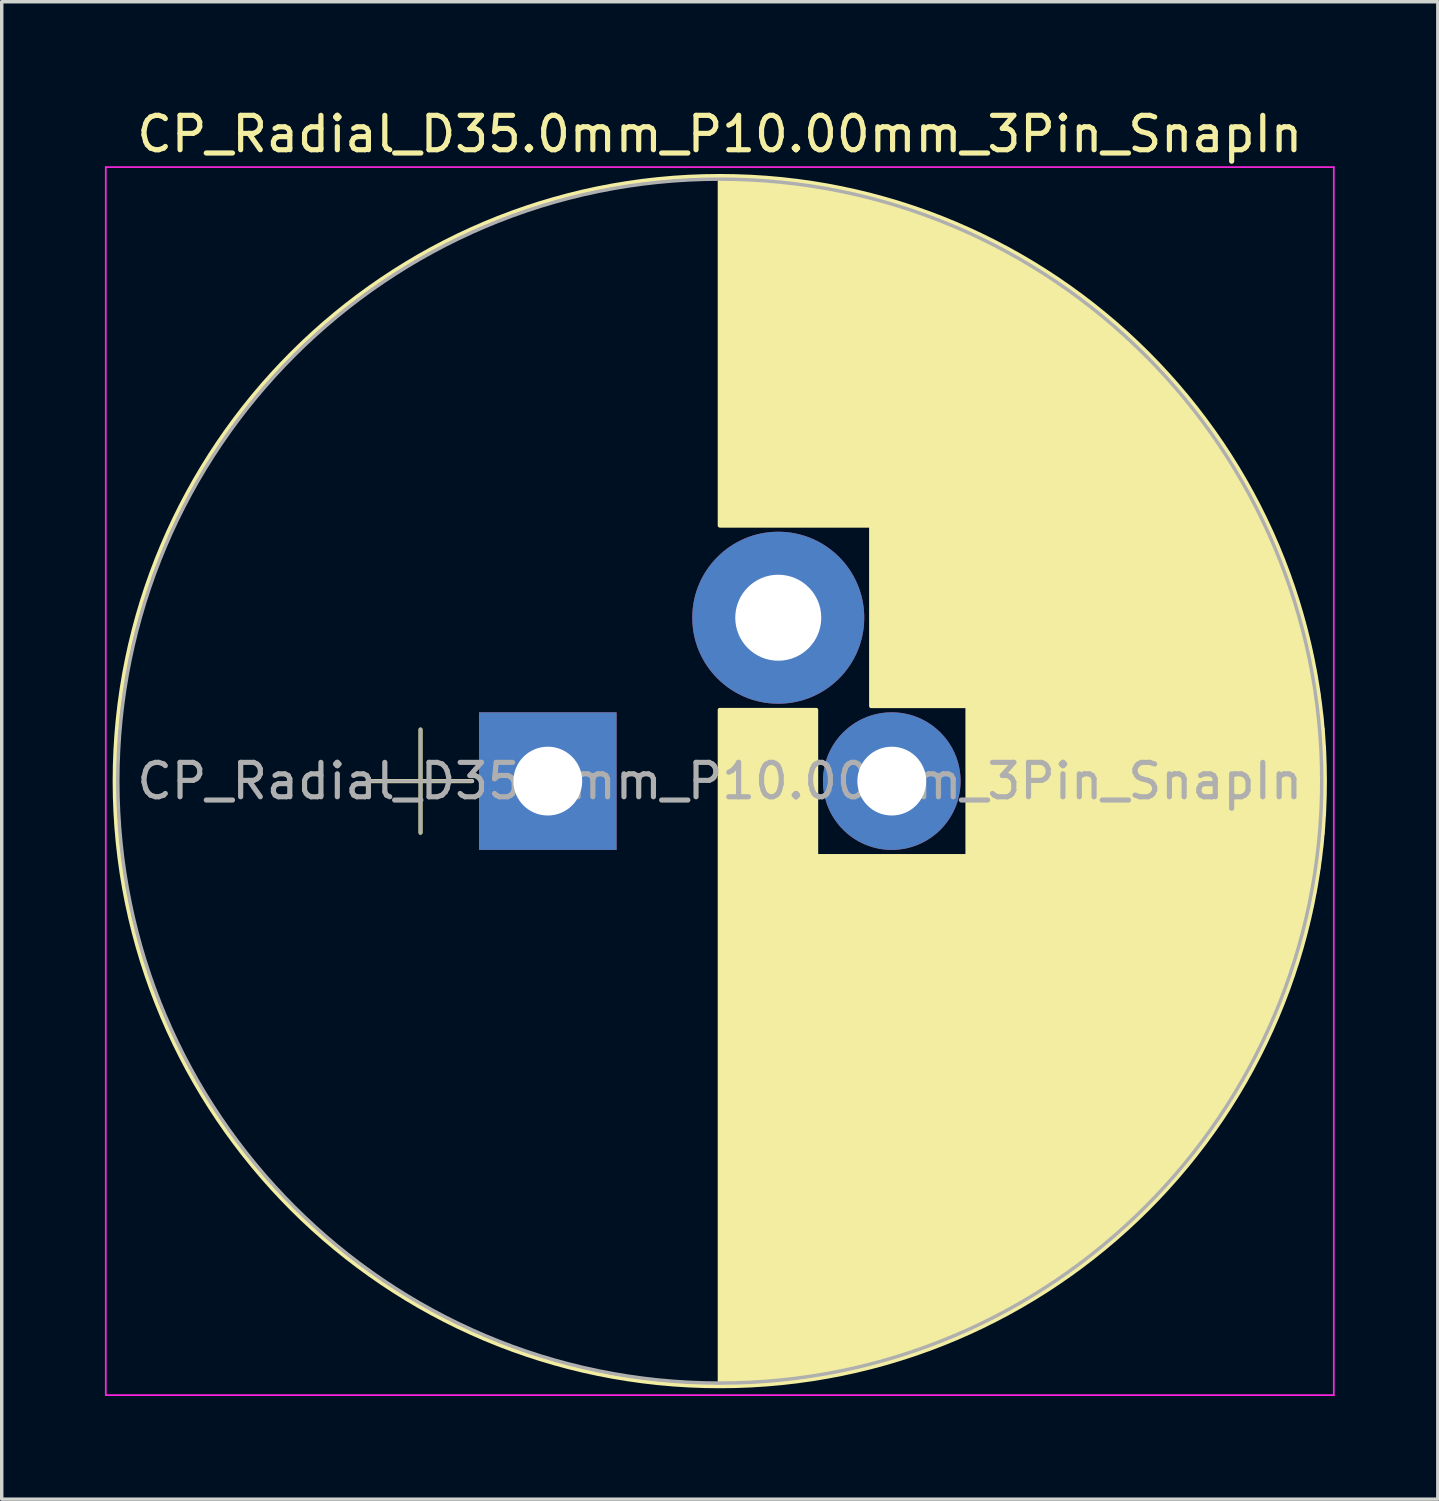
<source format=kicad_pcb>
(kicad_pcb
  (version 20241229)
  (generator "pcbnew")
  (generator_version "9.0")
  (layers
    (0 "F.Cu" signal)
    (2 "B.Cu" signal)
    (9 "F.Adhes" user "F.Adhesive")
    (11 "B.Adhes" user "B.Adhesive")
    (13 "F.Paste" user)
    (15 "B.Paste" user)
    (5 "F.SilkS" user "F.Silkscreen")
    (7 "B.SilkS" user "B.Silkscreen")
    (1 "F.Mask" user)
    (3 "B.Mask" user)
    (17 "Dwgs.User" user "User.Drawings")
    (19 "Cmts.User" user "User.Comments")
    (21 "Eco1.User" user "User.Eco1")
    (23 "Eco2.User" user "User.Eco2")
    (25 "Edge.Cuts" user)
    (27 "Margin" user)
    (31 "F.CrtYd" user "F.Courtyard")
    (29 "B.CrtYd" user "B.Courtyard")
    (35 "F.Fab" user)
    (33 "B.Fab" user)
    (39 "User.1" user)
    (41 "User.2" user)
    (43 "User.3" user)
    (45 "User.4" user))
  (footprint "CP_Radial_D35.0mm_P10.00mm_3Pin_SnapIn"
    (layer "F.Cu")
    (at 12.875 19.658)
    (property "Reference" "CP_Radial_D35.0mm_P10.00mm_3Pin_SnapIn" (at 5 -18.81 0) (layer "F.SilkS") (effects (font (size 1 1) (thickness 0.15))))
    (attr through_hole)
    (fp_line (start -5.2 0) (end -2.2 0) (stroke (width 0.12) (type solid)) (layer "F.SilkS"))
    (fp_line (start -3.7 -1.5) (end -3.7 1.5) (stroke (width 0.12) (type solid)) (layer "F.SilkS"))
    (fp_line (start 5 -17.55) (end 5 -7.43) (stroke (width 0.12) (type solid)) (layer "F.SilkS"))
    (fp_line (start 5 -2.07) (end 5 17.55) (stroke (width 0.12) (type solid)) (layer "F.SilkS"))
    (fp_line (start 5.04 -17.55) (end 5.04 -7.43) (stroke (width 0.12) (type solid)) (layer "F.SilkS"))
    (fp_line (start 5.04 -2.07) (end 5.04 17.55) (stroke (width 0.12) (type solid)) (layer "F.SilkS"))
    (fp_line (start 5.08 -17.55) (end 5.08 -7.43) (stroke (width 0.12) (type solid)) (layer "F.SilkS"))
    (fp_line (start 5.08 -2.07) (end 5.08 17.55) (stroke (width 0.12) (type solid)) (layer "F.SilkS"))
    (fp_line (start 5.12 -17.55) (end 5.12 -7.43) (stroke (width 0.12) (type solid)) (layer "F.SilkS"))
    (fp_line (start 5.12 -2.07) (end 5.12 17.55) (stroke (width 0.12) (type solid)) (layer "F.SilkS"))
    (fp_line (start 5.16 -17.55) (end 5.16 -7.43) (stroke (width 0.12) (type solid)) (layer "F.SilkS"))
    (fp_line (start 5.16 -2.07) (end 5.16 17.55) (stroke (width 0.12) (type solid)) (layer "F.SilkS"))
    (fp_line (start 5.2 -17.549) (end 5.2 -7.43) (stroke (width 0.12) (type solid)) (layer "F.SilkS"))
    (fp_line (start 5.2 -2.07) (end 5.2 17.549) (stroke (width 0.12) (type solid)) (layer "F.SilkS"))
    (fp_line (start 5.24 -17.549) (end 5.24 -7.43) (stroke (width 0.12) (type solid)) (layer "F.SilkS"))
    (fp_line (start 5.24 -2.07) (end 5.24 17.549) (stroke (width 0.12) (type solid)) (layer "F.SilkS"))
    (fp_line (start 5.28 -17.548) (end 5.28 -7.43) (stroke (width 0.12) (type solid)) (layer "F.SilkS"))
    (fp_line (start 5.28 -2.07) (end 5.28 17.548) (stroke (width 0.12) (type solid)) (layer "F.SilkS"))
    (fp_line (start 5.32 -17.548) (end 5.32 -7.43) (stroke (width 0.12) (type solid)) (layer "F.SilkS"))
    (fp_line (start 5.32 -2.07) (end 5.32 17.548) (stroke (width 0.12) (type solid)) (layer "F.SilkS"))
    (fp_line (start 5.36 -17.547) (end 5.36 -7.43) (stroke (width 0.12) (type solid)) (layer "F.SilkS"))
    (fp_line (start 5.36 -2.07) (end 5.36 17.547) (stroke (width 0.12) (type solid)) (layer "F.SilkS"))
    (fp_line (start 5.4 -17.546) (end 5.4 -7.43) (stroke (width 0.12) (type solid)) (layer "F.SilkS"))
    (fp_line (start 5.4 -2.07) (end 5.4 17.546) (stroke (width 0.12) (type solid)) (layer "F.SilkS"))
    (fp_line (start 5.44 -17.545) (end 5.44 -7.43) (stroke (width 0.12) (type solid)) (layer "F.SilkS"))
    (fp_line (start 5.44 -2.07) (end 5.44 17.545) (stroke (width 0.12) (type solid)) (layer "F.SilkS"))
    (fp_line (start 5.48 -17.544) (end 5.48 -7.43) (stroke (width 0.12) (type solid)) (layer "F.SilkS"))
    (fp_line (start 5.48 -2.07) (end 5.48 17.544) (stroke (width 0.12) (type solid)) (layer "F.SilkS"))
    (fp_line (start 5.52 -17.543) (end 5.52 -7.43) (stroke (width 0.12) (type solid)) (layer "F.SilkS"))
    (fp_line (start 5.52 -2.07) (end 5.52 17.543) (stroke (width 0.12) (type solid)) (layer "F.SilkS"))
    (fp_line (start 5.56 -17.542) (end 5.56 -7.43) (stroke (width 0.12) (type solid)) (layer "F.SilkS"))
    (fp_line (start 5.56 -2.07) (end 5.56 17.542) (stroke (width 0.12) (type solid)) (layer "F.SilkS"))
    (fp_line (start 5.6 -17.54) (end 5.6 -7.43) (stroke (width 0.12) (type solid)) (layer "F.SilkS"))
    (fp_line (start 5.6 -2.07) (end 5.6 17.54) (stroke (width 0.12) (type solid)) (layer "F.SilkS"))
    (fp_line (start 5.64 -17.539) (end 5.64 -7.43) (stroke (width 0.12) (type solid)) (layer "F.SilkS"))
    (fp_line (start 5.64 -2.07) (end 5.64 17.539) (stroke (width 0.12) (type solid)) (layer "F.SilkS"))
    (fp_line (start 5.68 -17.537) (end 5.68 -7.43) (stroke (width 0.12) (type solid)) (layer "F.SilkS"))
    (fp_line (start 5.68 -2.07) (end 5.68 17.537) (stroke (width 0.12) (type solid)) (layer "F.SilkS"))
    (fp_line (start 5.721 -17.536) (end 5.721 -7.43) (stroke (width 0.12) (type solid)) (layer "F.SilkS"))
    (fp_line (start 5.721 -2.07) (end 5.721 17.536) (stroke (width 0.12) (type solid)) (layer "F.SilkS"))
    (fp_line (start 5.761 -17.534) (end 5.761 -7.43) (stroke (width 0.12) (type solid)) (layer "F.SilkS"))
    (fp_line (start 5.761 -2.07) (end 5.761 17.534) (stroke (width 0.12) (type solid)) (layer "F.SilkS"))
    (fp_line (start 5.801 -17.532) (end 5.801 -7.43) (stroke (width 0.12) (type solid)) (layer "F.SilkS"))
    (fp_line (start 5.801 -2.07) (end 5.801 17.532) (stroke (width 0.12) (type solid)) (layer "F.SilkS"))
    (fp_line (start 5.841 -17.53) (end 5.841 -7.43) (stroke (width 0.12) (type solid)) (layer "F.SilkS"))
    (fp_line (start 5.841 -2.07) (end 5.841 17.53) (stroke (width 0.12) (type solid)) (layer "F.SilkS"))
    (fp_line (start 5.881 -17.528) (end 5.881 -7.43) (stroke (width 0.12) (type solid)) (layer "F.SilkS"))
    (fp_line (start 5.881 -2.07) (end 5.881 17.528) (stroke (width 0.12) (type solid)) (layer "F.SilkS"))
    (fp_line (start 5.921 -17.526) (end 5.921 -7.43) (stroke (width 0.12) (type solid)) (layer "F.SilkS"))
    (fp_line (start 5.921 -2.07) (end 5.921 17.526) (stroke (width 0.12) (type solid)) (layer "F.SilkS"))
    (fp_line (start 5.961 -17.524) (end 5.961 -7.43) (stroke (width 0.12) (type solid)) (layer "F.SilkS"))
    (fp_line (start 5.961 -2.07) (end 5.961 17.524) (stroke (width 0.12) (type solid)) (layer "F.SilkS"))
    (fp_line (start 6.001 -17.522) (end 6.001 -7.43) (stroke (width 0.12) (type solid)) (layer "F.SilkS"))
    (fp_line (start 6.001 -2.07) (end 6.001 17.522) (stroke (width 0.12) (type solid)) (layer "F.SilkS"))
    (fp_line (start 6.041 -17.52) (end 6.041 -7.43) (stroke (width 0.12) (type solid)) (layer "F.SilkS"))
    (fp_line (start 6.041 -2.07) (end 6.041 17.52) (stroke (width 0.12) (type solid)) (layer "F.SilkS"))
    (fp_line (start 6.081 -17.517) (end 6.081 -7.43) (stroke (width 0.12) (type solid)) (layer "F.SilkS"))
    (fp_line (start 6.081 -2.07) (end 6.081 17.517) (stroke (width 0.12) (type solid)) (layer "F.SilkS"))
    (fp_line (start 6.121 -17.515) (end 6.121 -7.43) (stroke (width 0.12) (type solid)) (layer "F.SilkS"))
    (fp_line (start 6.121 -2.07) (end 6.121 17.515) (stroke (width 0.12) (type solid)) (layer "F.SilkS"))
    (fp_line (start 6.161 -17.512) (end 6.161 -7.43) (stroke (width 0.12) (type solid)) (layer "F.SilkS"))
    (fp_line (start 6.161 -2.07) (end 6.161 17.512) (stroke (width 0.12) (type solid)) (layer "F.SilkS"))
    (fp_line (start 6.201 -17.51) (end 6.201 -7.43) (stroke (width 0.12) (type solid)) (layer "F.SilkS"))
    (fp_line (start 6.201 -2.07) (end 6.201 17.51) (stroke (width 0.12) (type solid)) (layer "F.SilkS"))
    (fp_line (start 6.241 -17.507) (end 6.241 -7.43) (stroke (width 0.12) (type solid)) (layer "F.SilkS"))
    (fp_line (start 6.241 -2.07) (end 6.241 17.507) (stroke (width 0.12) (type solid)) (layer "F.SilkS"))
    (fp_line (start 6.281 -17.504) (end 6.281 -7.43) (stroke (width 0.12) (type solid)) (layer "F.SilkS"))
    (fp_line (start 6.281 -2.07) (end 6.281 17.504) (stroke (width 0.12) (type solid)) (layer "F.SilkS"))
    (fp_line (start 6.321 -17.501) (end 6.321 -7.43) (stroke (width 0.12) (type solid)) (layer "F.SilkS"))
    (fp_line (start 6.321 -2.07) (end 6.321 17.501) (stroke (width 0.12) (type solid)) (layer "F.SilkS"))
    (fp_line (start 6.361 -17.498) (end 6.361 -7.43) (stroke (width 0.12) (type solid)) (layer "F.SilkS"))
    (fp_line (start 6.361 -2.07) (end 6.361 17.498) (stroke (width 0.12) (type solid)) (layer "F.SilkS"))
    (fp_line (start 6.401 -17.495) (end 6.401 -7.43) (stroke (width 0.12) (type solid)) (layer "F.SilkS"))
    (fp_line (start 6.401 -2.07) (end 6.401 17.495) (stroke (width 0.12) (type solid)) (layer "F.SilkS"))
    (fp_line (start 6.441 -17.491) (end 6.441 -7.43) (stroke (width 0.12) (type solid)) (layer "F.SilkS"))
    (fp_line (start 6.441 -2.07) (end 6.441 17.491) (stroke (width 0.12) (type solid)) (layer "F.SilkS"))
    (fp_line (start 6.481 -17.488) (end 6.481 -7.43) (stroke (width 0.12) (type solid)) (layer "F.SilkS"))
    (fp_line (start 6.481 -2.07) (end 6.481 17.488) (stroke (width 0.12) (type solid)) (layer "F.SilkS"))
    (fp_line (start 6.521 -17.485) (end 6.521 -7.43) (stroke (width 0.12) (type solid)) (layer "F.SilkS"))
    (fp_line (start 6.521 -2.07) (end 6.521 17.485) (stroke (width 0.12) (type solid)) (layer "F.SilkS"))
    (fp_line (start 6.561 -17.481) (end 6.561 -7.43) (stroke (width 0.12) (type solid)) (layer "F.SilkS"))
    (fp_line (start 6.561 -2.07) (end 6.561 17.481) (stroke (width 0.12) (type solid)) (layer "F.SilkS"))
    (fp_line (start 6.601 -17.478) (end 6.601 -7.43) (stroke (width 0.12) (type solid)) (layer "F.SilkS"))
    (fp_line (start 6.601 -2.07) (end 6.601 17.478) (stroke (width 0.12) (type solid)) (layer "F.SilkS"))
    (fp_line (start 6.641 -17.474) (end 6.641 -7.43) (stroke (width 0.12) (type solid)) (layer "F.SilkS"))
    (fp_line (start 6.641 -2.07) (end 6.641 17.474) (stroke (width 0.12) (type solid)) (layer "F.SilkS"))
    (fp_line (start 6.681 -17.47) (end 6.681 -7.43) (stroke (width 0.12) (type solid)) (layer "F.SilkS"))
    (fp_line (start 6.681 -2.07) (end 6.681 17.47) (stroke (width 0.12) (type solid)) (layer "F.SilkS"))
    (fp_line (start 6.721 -17.466) (end 6.721 -7.43) (stroke (width 0.12) (type solid)) (layer "F.SilkS"))
    (fp_line (start 6.721 -2.07) (end 6.721 17.466) (stroke (width 0.12) (type solid)) (layer "F.SilkS"))
    (fp_line (start 6.761 -17.462) (end 6.761 -7.43) (stroke (width 0.12) (type solid)) (layer "F.SilkS"))
    (fp_line (start 6.761 -2.07) (end 6.761 17.462) (stroke (width 0.12) (type solid)) (layer "F.SilkS"))
    (fp_line (start 6.801 -17.458) (end 6.801 -7.43) (stroke (width 0.12) (type solid)) (layer "F.SilkS"))
    (fp_line (start 6.801 -2.07) (end 6.801 17.458) (stroke (width 0.12) (type solid)) (layer "F.SilkS"))
    (fp_line (start 6.841 -17.454) (end 6.841 -7.43) (stroke (width 0.12) (type solid)) (layer "F.SilkS"))
    (fp_line (start 6.841 -2.07) (end 6.841 17.454) (stroke (width 0.12) (type solid)) (layer "F.SilkS"))
    (fp_line (start 6.881 -17.45) (end 6.881 -7.43) (stroke (width 0.12) (type solid)) (layer "F.SilkS"))
    (fp_line (start 6.881 -2.07) (end 6.881 17.45) (stroke (width 0.12) (type solid)) (layer "F.SilkS"))
    (fp_line (start 6.921 -17.445) (end 6.921 -7.43) (stroke (width 0.12) (type solid)) (layer "F.SilkS"))
    (fp_line (start 6.921 -2.07) (end 6.921 17.445) (stroke (width 0.12) (type solid)) (layer "F.SilkS"))
    (fp_line (start 6.961 -17.441) (end 6.961 -7.43) (stroke (width 0.12) (type solid)) (layer "F.SilkS"))
    (fp_line (start 6.961 -2.07) (end 6.961 17.441) (stroke (width 0.12) (type solid)) (layer "F.SilkS"))
    (fp_line (start 7.001 -17.436) (end 7.001 -7.43) (stroke (width 0.12) (type solid)) (layer "F.SilkS"))
    (fp_line (start 7.001 -2.07) (end 7.001 17.436) (stroke (width 0.12) (type solid)) (layer "F.SilkS"))
    (fp_line (start 7.041 -17.432) (end 7.041 -7.43) (stroke (width 0.12) (type solid)) (layer "F.SilkS"))
    (fp_line (start 7.041 -2.07) (end 7.041 17.432) (stroke (width 0.12) (type solid)) (layer "F.SilkS"))
    (fp_line (start 7.081 -17.427) (end 7.081 -7.43) (stroke (width 0.12) (type solid)) (layer "F.SilkS"))
    (fp_line (start 7.081 -2.07) (end 7.081 17.427) (stroke (width 0.12) (type solid)) (layer "F.SilkS"))
    (fp_line (start 7.121 -17.422) (end 7.121 -7.43) (stroke (width 0.12) (type solid)) (layer "F.SilkS"))
    (fp_line (start 7.121 -2.07) (end 7.121 17.422) (stroke (width 0.12) (type solid)) (layer "F.SilkS"))
    (fp_line (start 7.161 -17.417) (end 7.161 -7.43) (stroke (width 0.12) (type solid)) (layer "F.SilkS"))
    (fp_line (start 7.161 -2.07) (end 7.161 17.417) (stroke (width 0.12) (type solid)) (layer "F.SilkS"))
    (fp_line (start 7.201 -17.412) (end 7.201 -7.43) (stroke (width 0.12) (type solid)) (layer "F.SilkS"))
    (fp_line (start 7.201 -2.07) (end 7.201 17.412) (stroke (width 0.12) (type solid)) (layer "F.SilkS"))
    (fp_line (start 7.241 -17.407) (end 7.241 -7.43) (stroke (width 0.12) (type solid)) (layer "F.SilkS"))
    (fp_line (start 7.241 -2.07) (end 7.241 17.407) (stroke (width 0.12) (type solid)) (layer "F.SilkS"))
    (fp_line (start 7.281 -17.402) (end 7.281 -7.43) (stroke (width 0.12) (type solid)) (layer "F.SilkS"))
    (fp_line (start 7.281 -2.07) (end 7.281 17.402) (stroke (width 0.12) (type solid)) (layer "F.SilkS"))
    (fp_line (start 7.321 -17.397) (end 7.321 -7.43) (stroke (width 0.12) (type solid)) (layer "F.SilkS"))
    (fp_line (start 7.321 -2.07) (end 7.321 17.397) (stroke (width 0.12) (type solid)) (layer "F.SilkS"))
    (fp_line (start 7.361 -17.391) (end 7.361 -7.43) (stroke (width 0.12) (type solid)) (layer "F.SilkS"))
    (fp_line (start 7.361 -2.07) (end 7.361 17.391) (stroke (width 0.12) (type solid)) (layer "F.SilkS"))
    (fp_line (start 7.401 -17.386) (end 7.401 -7.43) (stroke (width 0.12) (type solid)) (layer "F.SilkS"))
    (fp_line (start 7.401 -2.07) (end 7.401 17.386) (stroke (width 0.12) (type solid)) (layer "F.SilkS"))
    (fp_line (start 7.441 -17.38) (end 7.441 -7.43) (stroke (width 0.12) (type solid)) (layer "F.SilkS"))
    (fp_line (start 7.441 -2.07) (end 7.441 17.38) (stroke (width 0.12) (type solid)) (layer "F.SilkS"))
    (fp_line (start 7.481 -17.375) (end 7.481 -7.43) (stroke (width 0.12) (type solid)) (layer "F.SilkS"))
    (fp_line (start 7.481 -2.07) (end 7.481 17.375) (stroke (width 0.12) (type solid)) (layer "F.SilkS"))
    (fp_line (start 7.521 -17.369) (end 7.521 -7.43) (stroke (width 0.12) (type solid)) (layer "F.SilkS"))
    (fp_line (start 7.521 -2.07) (end 7.521 17.369) (stroke (width 0.12) (type solid)) (layer "F.SilkS"))
    (fp_line (start 7.561 -17.363) (end 7.561 -7.43) (stroke (width 0.12) (type solid)) (layer "F.SilkS"))
    (fp_line (start 7.561 -2.07) (end 7.561 17.363) (stroke (width 0.12) (type solid)) (layer "F.SilkS"))
    (fp_line (start 7.601 -17.357) (end 7.601 -7.43) (stroke (width 0.12) (type solid)) (layer "F.SilkS"))
    (fp_line (start 7.601 -2.07) (end 7.601 17.357) (stroke (width 0.12) (type solid)) (layer "F.SilkS"))
    (fp_line (start 7.641 -17.351) (end 7.641 -7.43) (stroke (width 0.12) (type solid)) (layer "F.SilkS"))
    (fp_line (start 7.641 -2.07) (end 7.641 17.351) (stroke (width 0.12) (type solid)) (layer "F.SilkS"))
    (fp_line (start 7.681 -17.345) (end 7.681 -7.43) (stroke (width 0.12) (type solid)) (layer "F.SilkS"))
    (fp_line (start 7.681 -2.07) (end 7.681 17.345) (stroke (width 0.12) (type solid)) (layer "F.SilkS"))
    (fp_line (start 7.721 -17.339) (end 7.721 -7.43) (stroke (width 0.12) (type solid)) (layer "F.SilkS"))
    (fp_line (start 7.721 -2.07) (end 7.721 17.339) (stroke (width 0.12) (type solid)) (layer "F.SilkS"))
    (fp_line (start 7.761 -17.333) (end 7.761 -7.43) (stroke (width 0.12) (type solid)) (layer "F.SilkS"))
    (fp_line (start 7.761 -2.07) (end 7.761 17.333) (stroke (width 0.12) (type solid)) (layer "F.SilkS"))
    (fp_line (start 7.801 -17.326) (end 7.801 -7.43) (stroke (width 0.12) (type solid)) (layer "F.SilkS"))
    (fp_line (start 7.801 -2.07) (end 7.801 17.326) (stroke (width 0.12) (type solid)) (layer "F.SilkS"))
    (fp_line (start 7.841 -17.32) (end 7.841 -7.43) (stroke (width 0.12) (type solid)) (layer "F.SilkS"))
    (fp_line (start 7.841 2.18) (end 7.841 17.32) (stroke (width 0.12) (type solid)) (layer "F.SilkS"))
    (fp_line (start 7.881 -17.313) (end 7.881 -7.43) (stroke (width 0.12) (type solid)) (layer "F.SilkS"))
    (fp_line (start 7.881 2.18) (end 7.881 17.313) (stroke (width 0.12) (type solid)) (layer "F.SilkS"))
    (fp_line (start 7.921 -17.306) (end 7.921 -7.43) (stroke (width 0.12) (type solid)) (layer "F.SilkS"))
    (fp_line (start 7.921 2.18) (end 7.921 17.306) (stroke (width 0.12) (type solid)) (layer "F.SilkS"))
    (fp_line (start 7.961 -17.3) (end 7.961 -7.43) (stroke (width 0.12) (type solid)) (layer "F.SilkS"))
    (fp_line (start 7.961 2.18) (end 7.961 17.3) (stroke (width 0.12) (type solid)) (layer "F.SilkS"))
    (fp_line (start 8.001 -17.293) (end 8.001 -7.43) (stroke (width 0.12) (type solid)) (layer "F.SilkS"))
    (fp_line (start 8.001 2.18) (end 8.001 17.293) (stroke (width 0.12) (type solid)) (layer "F.SilkS"))
    (fp_line (start 8.041 -17.286) (end 8.041 -7.43) (stroke (width 0.12) (type solid)) (layer "F.SilkS"))
    (fp_line (start 8.041 2.18) (end 8.041 17.286) (stroke (width 0.12) (type solid)) (layer "F.SilkS"))
    (fp_line (start 8.081 -17.279) (end 8.081 -7.43) (stroke (width 0.12) (type solid)) (layer "F.SilkS"))
    (fp_line (start 8.081 2.18) (end 8.081 17.279) (stroke (width 0.12) (type solid)) (layer "F.SilkS"))
    (fp_line (start 8.121 -17.272) (end 8.121 -7.43) (stroke (width 0.12) (type solid)) (layer "F.SilkS"))
    (fp_line (start 8.121 2.18) (end 8.121 17.272) (stroke (width 0.12) (type solid)) (layer "F.SilkS"))
    (fp_line (start 8.161 -17.264) (end 8.161 -7.43) (stroke (width 0.12) (type solid)) (layer "F.SilkS"))
    (fp_line (start 8.161 2.18) (end 8.161 17.264) (stroke (width 0.12) (type solid)) (layer "F.SilkS"))
    (fp_line (start 8.201 -17.257) (end 8.201 -7.43) (stroke (width 0.12) (type solid)) (layer "F.SilkS"))
    (fp_line (start 8.201 2.18) (end 8.201 17.257) (stroke (width 0.12) (type solid)) (layer "F.SilkS"))
    (fp_line (start 8.241 -17.25) (end 8.241 -7.43) (stroke (width 0.12) (type solid)) (layer "F.SilkS"))
    (fp_line (start 8.241 2.18) (end 8.241 17.25) (stroke (width 0.12) (type solid)) (layer "F.SilkS"))
    (fp_line (start 8.281 -17.242) (end 8.281 -7.43) (stroke (width 0.12) (type solid)) (layer "F.SilkS"))
    (fp_line (start 8.281 2.18) (end 8.281 17.242) (stroke (width 0.12) (type solid)) (layer "F.SilkS"))
    (fp_line (start 8.321 -17.234) (end 8.321 -7.43) (stroke (width 0.12) (type solid)) (layer "F.SilkS"))
    (fp_line (start 8.321 2.18) (end 8.321 17.234) (stroke (width 0.12) (type solid)) (layer "F.SilkS"))
    (fp_line (start 8.361 -17.227) (end 8.361 -7.43) (stroke (width 0.12) (type solid)) (layer "F.SilkS"))
    (fp_line (start 8.361 2.18) (end 8.361 17.227) (stroke (width 0.12) (type solid)) (layer "F.SilkS"))
    (fp_line (start 8.401 -17.219) (end 8.401 -7.43) (stroke (width 0.12) (type solid)) (layer "F.SilkS"))
    (fp_line (start 8.401 2.18) (end 8.401 17.219) (stroke (width 0.12) (type solid)) (layer "F.SilkS"))
    (fp_line (start 8.441 -17.211) (end 8.441 -7.43) (stroke (width 0.12) (type solid)) (layer "F.SilkS"))
    (fp_line (start 8.441 2.18) (end 8.441 17.211) (stroke (width 0.12) (type solid)) (layer "F.SilkS"))
    (fp_line (start 8.481 -17.203) (end 8.481 -7.43) (stroke (width 0.12) (type solid)) (layer "F.SilkS"))
    (fp_line (start 8.481 2.18) (end 8.481 17.203) (stroke (width 0.12) (type solid)) (layer "F.SilkS"))
    (fp_line (start 8.521 -17.195) (end 8.521 -7.43) (stroke (width 0.12) (type solid)) (layer "F.SilkS"))
    (fp_line (start 8.521 2.18) (end 8.521 17.195) (stroke (width 0.12) (type solid)) (layer "F.SilkS"))
    (fp_line (start 8.561 -17.186) (end 8.561 -7.43) (stroke (width 0.12) (type solid)) (layer "F.SilkS"))
    (fp_line (start 8.561 2.18) (end 8.561 17.186) (stroke (width 0.12) (type solid)) (layer "F.SilkS"))
    (fp_line (start 8.601 -17.178) (end 8.601 -7.43) (stroke (width 0.12) (type solid)) (layer "F.SilkS"))
    (fp_line (start 8.601 2.18) (end 8.601 17.178) (stroke (width 0.12) (type solid)) (layer "F.SilkS"))
    (fp_line (start 8.641 -17.17) (end 8.641 -7.43) (stroke (width 0.12) (type solid)) (layer "F.SilkS"))
    (fp_line (start 8.641 2.18) (end 8.641 17.17) (stroke (width 0.12) (type solid)) (layer "F.SilkS"))
    (fp_line (start 8.681 -17.161) (end 8.681 -7.43) (stroke (width 0.12) (type solid)) (layer "F.SilkS"))
    (fp_line (start 8.681 2.18) (end 8.681 17.161) (stroke (width 0.12) (type solid)) (layer "F.SilkS"))
    (fp_line (start 8.721 -17.153) (end 8.721 -7.43) (stroke (width 0.12) (type solid)) (layer "F.SilkS"))
    (fp_line (start 8.721 2.18) (end 8.721 17.153) (stroke (width 0.12) (type solid)) (layer "F.SilkS"))
    (fp_line (start 8.761 -17.144) (end 8.761 -7.43) (stroke (width 0.12) (type solid)) (layer "F.SilkS"))
    (fp_line (start 8.761 2.18) (end 8.761 17.144) (stroke (width 0.12) (type solid)) (layer "F.SilkS"))
    (fp_line (start 8.801 -17.135) (end 8.801 -7.43) (stroke (width 0.12) (type solid)) (layer "F.SilkS"))
    (fp_line (start 8.801 2.18) (end 8.801 17.135) (stroke (width 0.12) (type solid)) (layer "F.SilkS"))
    (fp_line (start 8.841 -17.126) (end 8.841 -7.43) (stroke (width 0.12) (type solid)) (layer "F.SilkS"))
    (fp_line (start 8.841 2.18) (end 8.841 17.126) (stroke (width 0.12) (type solid)) (layer "F.SilkS"))
    (fp_line (start 8.881 -17.117) (end 8.881 -7.43) (stroke (width 0.12) (type solid)) (layer "F.SilkS"))
    (fp_line (start 8.881 2.18) (end 8.881 17.117) (stroke (width 0.12) (type solid)) (layer "F.SilkS"))
    (fp_line (start 8.921 -17.108) (end 8.921 -7.43) (stroke (width 0.12) (type solid)) (layer "F.SilkS"))
    (fp_line (start 8.921 2.18) (end 8.921 17.108) (stroke (width 0.12) (type solid)) (layer "F.SilkS"))
    (fp_line (start 8.961 -17.099) (end 8.961 -7.43) (stroke (width 0.12) (type solid)) (layer "F.SilkS"))
    (fp_line (start 8.961 2.18) (end 8.961 17.099) (stroke (width 0.12) (type solid)) (layer "F.SilkS"))
    (fp_line (start 9.001 -17.09) (end 9.001 -7.43) (stroke (width 0.12) (type solid)) (layer "F.SilkS"))
    (fp_line (start 9.001 2.18) (end 9.001 17.09) (stroke (width 0.12) (type solid)) (layer "F.SilkS"))
    (fp_line (start 9.041 -17.08) (end 9.041 -7.43) (stroke (width 0.12) (type solid)) (layer "F.SilkS"))
    (fp_line (start 9.041 2.18) (end 9.041 17.08) (stroke (width 0.12) (type solid)) (layer "F.SilkS"))
    (fp_line (start 9.081 -17.071) (end 9.081 -7.43) (stroke (width 0.12) (type solid)) (layer "F.SilkS"))
    (fp_line (start 9.081 2.18) (end 9.081 17.071) (stroke (width 0.12) (type solid)) (layer "F.SilkS"))
    (fp_line (start 9.121 -17.061) (end 9.121 -7.43) (stroke (width 0.12) (type solid)) (layer "F.SilkS"))
    (fp_line (start 9.121 2.18) (end 9.121 17.061) (stroke (width 0.12) (type solid)) (layer "F.SilkS"))
    (fp_line (start 9.161 -17.052) (end 9.161 -7.43) (stroke (width 0.12) (type solid)) (layer "F.SilkS"))
    (fp_line (start 9.161 2.18) (end 9.161 17.052) (stroke (width 0.12) (type solid)) (layer "F.SilkS"))
    (fp_line (start 9.201 -17.042) (end 9.201 -7.43) (stroke (width 0.12) (type solid)) (layer "F.SilkS"))
    (fp_line (start 9.201 2.18) (end 9.201 17.042) (stroke (width 0.12) (type solid)) (layer "F.SilkS"))
    (fp_line (start 9.241 -17.032) (end 9.241 -7.43) (stroke (width 0.12) (type solid)) (layer "F.SilkS"))
    (fp_line (start 9.241 2.18) (end 9.241 17.032) (stroke (width 0.12) (type solid)) (layer "F.SilkS"))
    (fp_line (start 9.281 -17.022) (end 9.281 -7.43) (stroke (width 0.12) (type solid)) (layer "F.SilkS"))
    (fp_line (start 9.281 2.18) (end 9.281 17.022) (stroke (width 0.12) (type solid)) (layer "F.SilkS"))
    (fp_line (start 9.321 -17.012) (end 9.321 -7.43) (stroke (width 0.12) (type solid)) (layer "F.SilkS"))
    (fp_line (start 9.321 2.18) (end 9.321 17.012) (stroke (width 0.12) (type solid)) (layer "F.SilkS"))
    (fp_line (start 9.361 -17.002) (end 9.361 -7.43) (stroke (width 0.12) (type solid)) (layer "F.SilkS"))
    (fp_line (start 9.361 2.18) (end 9.361 17.002) (stroke (width 0.12) (type solid)) (layer "F.SilkS"))
    (fp_line (start 9.401 -16.991) (end 9.401 -2.18) (stroke (width 0.12) (type solid)) (layer "F.SilkS"))
    (fp_line (start 9.401 2.18) (end 9.401 16.991) (stroke (width 0.12) (type solid)) (layer "F.SilkS"))
    (fp_line (start 9.441 -16.981) (end 9.441 -2.18) (stroke (width 0.12) (type solid)) (layer "F.SilkS"))
    (fp_line (start 9.441 2.18) (end 9.441 16.981) (stroke (width 0.12) (type solid)) (layer "F.SilkS"))
    (fp_line (start 9.481 -16.97) (end 9.481 -2.18) (stroke (width 0.12) (type solid)) (layer "F.SilkS"))
    (fp_line (start 9.481 2.18) (end 9.481 16.97) (stroke (width 0.12) (type solid)) (layer "F.SilkS"))
    (fp_line (start 9.521 -16.96) (end 9.521 -2.18) (stroke (width 0.12) (type solid)) (layer "F.SilkS"))
    (fp_line (start 9.521 2.18) (end 9.521 16.96) (stroke (width 0.12) (type solid)) (layer "F.SilkS"))
    (fp_line (start 9.561 -16.949) (end 9.561 -2.18) (stroke (width 0.12) (type solid)) (layer "F.SilkS"))
    (fp_line (start 9.561 2.18) (end 9.561 16.949) (stroke (width 0.12) (type solid)) (layer "F.SilkS"))
    (fp_line (start 9.601 -16.938) (end 9.601 -2.18) (stroke (width 0.12) (type solid)) (layer "F.SilkS"))
    (fp_line (start 9.601 2.18) (end 9.601 16.938) (stroke (width 0.12) (type solid)) (layer "F.SilkS"))
    (fp_line (start 9.641 -16.927) (end 9.641 -2.18) (stroke (width 0.12) (type solid)) (layer "F.SilkS"))
    (fp_line (start 9.641 2.18) (end 9.641 16.927) (stroke (width 0.12) (type solid)) (layer "F.SilkS"))
    (fp_line (start 9.681 -16.916) (end 9.681 -2.18) (stroke (width 0.12) (type solid)) (layer "F.SilkS"))
    (fp_line (start 9.681 2.18) (end 9.681 16.916) (stroke (width 0.12) (type solid)) (layer "F.SilkS"))
    (fp_line (start 9.721 -16.905) (end 9.721 -2.18) (stroke (width 0.12) (type solid)) (layer "F.SilkS"))
    (fp_line (start 9.721 2.18) (end 9.721 16.905) (stroke (width 0.12) (type solid)) (layer "F.SilkS"))
    (fp_line (start 9.761 -16.894) (end 9.761 -2.18) (stroke (width 0.12) (type solid)) (layer "F.SilkS"))
    (fp_line (start 9.761 2.18) (end 9.761 16.894) (stroke (width 0.12) (type solid)) (layer "F.SilkS"))
    (fp_line (start 9.801 -16.883) (end 9.801 -2.18) (stroke (width 0.12) (type solid)) (layer "F.SilkS"))
    (fp_line (start 9.801 2.18) (end 9.801 16.883) (stroke (width 0.12) (type solid)) (layer "F.SilkS"))
    (fp_line (start 9.841 -16.872) (end 9.841 -2.18) (stroke (width 0.12) (type solid)) (layer "F.SilkS"))
    (fp_line (start 9.841 2.18) (end 9.841 16.872) (stroke (width 0.12) (type solid)) (layer "F.SilkS"))
    (fp_line (start 9.881 -16.86) (end 9.881 -2.18) (stroke (width 0.12) (type solid)) (layer "F.SilkS"))
    (fp_line (start 9.881 2.18) (end 9.881 16.86) (stroke (width 0.12) (type solid)) (layer "F.SilkS"))
    (fp_line (start 9.921 -16.848) (end 9.921 -2.18) (stroke (width 0.12) (type solid)) (layer "F.SilkS"))
    (fp_line (start 9.921 2.18) (end 9.921 16.848) (stroke (width 0.12) (type solid)) (layer "F.SilkS"))
    (fp_line (start 9.961 -16.837) (end 9.961 -2.18) (stroke (width 0.12) (type solid)) (layer "F.SilkS"))
    (fp_line (start 9.961 2.18) (end 9.961 16.837) (stroke (width 0.12) (type solid)) (layer "F.SilkS"))
    (fp_line (start 10.001 -16.825) (end 10.001 -2.18) (stroke (width 0.12) (type solid)) (layer "F.SilkS"))
    (fp_line (start 10.001 2.18) (end 10.001 16.825) (stroke (width 0.12) (type solid)) (layer "F.SilkS"))
    (fp_line (start 10.041 -16.813) (end 10.041 -2.18) (stroke (width 0.12) (type solid)) (layer "F.SilkS"))
    (fp_line (start 10.041 2.18) (end 10.041 16.813) (stroke (width 0.12) (type solid)) (layer "F.SilkS"))
    (fp_line (start 10.081 -16.801) (end 10.081 -2.18) (stroke (width 0.12) (type solid)) (layer "F.SilkS"))
    (fp_line (start 10.081 2.18) (end 10.081 16.801) (stroke (width 0.12) (type solid)) (layer "F.SilkS"))
    (fp_line (start 10.121 -16.789) (end 10.121 -2.18) (stroke (width 0.12) (type solid)) (layer "F.SilkS"))
    (fp_line (start 10.121 2.18) (end 10.121 16.789) (stroke (width 0.12) (type solid)) (layer "F.SilkS"))
    (fp_line (start 10.161 -16.777) (end 10.161 -2.18) (stroke (width 0.12) (type solid)) (layer "F.SilkS"))
    (fp_line (start 10.161 2.18) (end 10.161 16.777) (stroke (width 0.12) (type solid)) (layer "F.SilkS"))
    (fp_line (start 10.201 -16.764) (end 10.201 -2.18) (stroke (width 0.12) (type solid)) (layer "F.SilkS"))
    (fp_line (start 10.201 2.18) (end 10.201 16.764) (stroke (width 0.12) (type solid)) (layer "F.SilkS"))
    (fp_line (start 10.241 -16.752) (end 10.241 -2.18) (stroke (width 0.12) (type solid)) (layer "F.SilkS"))
    (fp_line (start 10.241 2.18) (end 10.241 16.752) (stroke (width 0.12) (type solid)) (layer "F.SilkS"))
    (fp_line (start 10.281 -16.739) (end 10.281 -2.18) (stroke (width 0.12) (type solid)) (layer "F.SilkS"))
    (fp_line (start 10.281 2.18) (end 10.281 16.739) (stroke (width 0.12) (type solid)) (layer "F.SilkS"))
    (fp_line (start 10.321 -16.727) (end 10.321 -2.18) (stroke (width 0.12) (type solid)) (layer "F.SilkS"))
    (fp_line (start 10.321 2.18) (end 10.321 16.727) (stroke (width 0.12) (type solid)) (layer "F.SilkS"))
    (fp_line (start 10.361 -16.714) (end 10.361 -2.18) (stroke (width 0.12) (type solid)) (layer "F.SilkS"))
    (fp_line (start 10.361 2.18) (end 10.361 16.714) (stroke (width 0.12) (type solid)) (layer "F.SilkS"))
    (fp_line (start 10.401 -16.701) (end 10.401 -2.18) (stroke (width 0.12) (type solid)) (layer "F.SilkS"))
    (fp_line (start 10.401 2.18) (end 10.401 16.701) (stroke (width 0.12) (type solid)) (layer "F.SilkS"))
    (fp_line (start 10.441 -16.688) (end 10.441 -2.18) (stroke (width 0.12) (type solid)) (layer "F.SilkS"))
    (fp_line (start 10.441 2.18) (end 10.441 16.688) (stroke (width 0.12) (type solid)) (layer "F.SilkS"))
    (fp_line (start 10.481 -16.675) (end 10.481 -2.18) (stroke (width 0.12) (type solid)) (layer "F.SilkS"))
    (fp_line (start 10.481 2.18) (end 10.481 16.675) (stroke (width 0.12) (type solid)) (layer "F.SilkS"))
    (fp_line (start 10.521 -16.662) (end 10.521 -2.18) (stroke (width 0.12) (type solid)) (layer "F.SilkS"))
    (fp_line (start 10.521 2.18) (end 10.521 16.662) (stroke (width 0.12) (type solid)) (layer "F.SilkS"))
    (fp_line (start 10.561 -16.649) (end 10.561 -2.18) (stroke (width 0.12) (type solid)) (layer "F.SilkS"))
    (fp_line (start 10.561 2.18) (end 10.561 16.649) (stroke (width 0.12) (type solid)) (layer "F.SilkS"))
    (fp_line (start 10.601 -16.635) (end 10.601 -2.18) (stroke (width 0.12) (type solid)) (layer "F.SilkS"))
    (fp_line (start 10.601 2.18) (end 10.601 16.635) (stroke (width 0.12) (type solid)) (layer "F.SilkS"))
    (fp_line (start 10.641 -16.622) (end 10.641 -2.18) (stroke (width 0.12) (type solid)) (layer "F.SilkS"))
    (fp_line (start 10.641 2.18) (end 10.641 16.622) (stroke (width 0.12) (type solid)) (layer "F.SilkS"))
    (fp_line (start 10.681 -16.608) (end 10.681 -2.18) (stroke (width 0.12) (type solid)) (layer "F.SilkS"))
    (fp_line (start 10.681 2.18) (end 10.681 16.608) (stroke (width 0.12) (type solid)) (layer "F.SilkS"))
    (fp_line (start 10.721 -16.594) (end 10.721 -2.18) (stroke (width 0.12) (type solid)) (layer "F.SilkS"))
    (fp_line (start 10.721 2.18) (end 10.721 16.594) (stroke (width 0.12) (type solid)) (layer "F.SilkS"))
    (fp_line (start 10.761 -16.581) (end 10.761 -2.18) (stroke (width 0.12) (type solid)) (layer "F.SilkS"))
    (fp_line (start 10.761 2.18) (end 10.761 16.581) (stroke (width 0.12) (type solid)) (layer "F.SilkS"))
    (fp_line (start 10.801 -16.567) (end 10.801 -2.18) (stroke (width 0.12) (type solid)) (layer "F.SilkS"))
    (fp_line (start 10.801 2.18) (end 10.801 16.567) (stroke (width 0.12) (type solid)) (layer "F.SilkS"))
    (fp_line (start 10.841 -16.553) (end 10.841 -2.18) (stroke (width 0.12) (type solid)) (layer "F.SilkS"))
    (fp_line (start 10.841 2.18) (end 10.841 16.553) (stroke (width 0.12) (type solid)) (layer "F.SilkS"))
    (fp_line (start 10.881 -16.539) (end 10.881 -2.18) (stroke (width 0.12) (type solid)) (layer "F.SilkS"))
    (fp_line (start 10.881 2.18) (end 10.881 16.539) (stroke (width 0.12) (type solid)) (layer "F.SilkS"))
    (fp_line (start 10.921 -16.524) (end 10.921 -2.18) (stroke (width 0.12) (type solid)) (layer "F.SilkS"))
    (fp_line (start 10.921 2.18) (end 10.921 16.524) (stroke (width 0.12) (type solid)) (layer "F.SilkS"))
    (fp_line (start 10.961 -16.51) (end 10.961 -2.18) (stroke (width 0.12) (type solid)) (layer "F.SilkS"))
    (fp_line (start 10.961 2.18) (end 10.961 16.51) (stroke (width 0.12) (type solid)) (layer "F.SilkS"))
    (fp_line (start 11.001 -16.496) (end 11.001 -2.18) (stroke (width 0.12) (type solid)) (layer "F.SilkS"))
    (fp_line (start 11.001 2.18) (end 11.001 16.496) (stroke (width 0.12) (type solid)) (layer "F.SilkS"))
    (fp_line (start 11.041 -16.481) (end 11.041 -2.18) (stroke (width 0.12) (type solid)) (layer "F.SilkS"))
    (fp_line (start 11.041 2.18) (end 11.041 16.481) (stroke (width 0.12) (type solid)) (layer "F.SilkS"))
    (fp_line (start 11.081 -16.466) (end 11.081 -2.18) (stroke (width 0.12) (type solid)) (layer "F.SilkS"))
    (fp_line (start 11.081 2.18) (end 11.081 16.466) (stroke (width 0.12) (type solid)) (layer "F.SilkS"))
    (fp_line (start 11.121 -16.452) (end 11.121 -2.18) (stroke (width 0.12) (type solid)) (layer "F.SilkS"))
    (fp_line (start 11.121 2.18) (end 11.121 16.452) (stroke (width 0.12) (type solid)) (layer "F.SilkS"))
    (fp_line (start 11.161 -16.437) (end 11.161 -2.18) (stroke (width 0.12) (type solid)) (layer "F.SilkS"))
    (fp_line (start 11.161 2.18) (end 11.161 16.437) (stroke (width 0.12) (type solid)) (layer "F.SilkS"))
    (fp_line (start 11.201 -16.422) (end 11.201 -2.18) (stroke (width 0.12) (type solid)) (layer "F.SilkS"))
    (fp_line (start 11.201 2.18) (end 11.201 16.422) (stroke (width 0.12) (type solid)) (layer "F.SilkS"))
    (fp_line (start 11.241 -16.406) (end 11.241 -2.18) (stroke (width 0.12) (type solid)) (layer "F.SilkS"))
    (fp_line (start 11.241 2.18) (end 11.241 16.406) (stroke (width 0.12) (type solid)) (layer "F.SilkS"))
    (fp_line (start 11.281 -16.391) (end 11.281 -2.18) (stroke (width 0.12) (type solid)) (layer "F.SilkS"))
    (fp_line (start 11.281 2.18) (end 11.281 16.391) (stroke (width 0.12) (type solid)) (layer "F.SilkS"))
    (fp_line (start 11.321 -16.376) (end 11.321 -2.18) (stroke (width 0.12) (type solid)) (layer "F.SilkS"))
    (fp_line (start 11.321 2.18) (end 11.321 16.376) (stroke (width 0.12) (type solid)) (layer "F.SilkS"))
    (fp_line (start 11.361 -16.36) (end 11.361 -2.18) (stroke (width 0.12) (type solid)) (layer "F.SilkS"))
    (fp_line (start 11.361 2.18) (end 11.361 16.36) (stroke (width 0.12) (type solid)) (layer "F.SilkS"))
    (fp_line (start 11.401 -16.345) (end 11.401 -2.18) (stroke (width 0.12) (type solid)) (layer "F.SilkS"))
    (fp_line (start 11.401 2.18) (end 11.401 16.345) (stroke (width 0.12) (type solid)) (layer "F.SilkS"))
    (fp_line (start 11.441 -16.329) (end 11.441 -2.18) (stroke (width 0.12) (type solid)) (layer "F.SilkS"))
    (fp_line (start 11.441 2.18) (end 11.441 16.329) (stroke (width 0.12) (type solid)) (layer "F.SilkS"))
    (fp_line (start 11.481 -16.313) (end 11.481 -2.18) (stroke (width 0.12) (type solid)) (layer "F.SilkS"))
    (fp_line (start 11.481 2.18) (end 11.481 16.313) (stroke (width 0.12) (type solid)) (layer "F.SilkS"))
    (fp_line (start 11.521 -16.298) (end 11.521 -2.18) (stroke (width 0.12) (type solid)) (layer "F.SilkS"))
    (fp_line (start 11.521 2.18) (end 11.521 16.298) (stroke (width 0.12) (type solid)) (layer "F.SilkS"))
    (fp_line (start 11.561 -16.281) (end 11.561 -2.18) (stroke (width 0.12) (type solid)) (layer "F.SilkS"))
    (fp_line (start 11.561 2.18) (end 11.561 16.281) (stroke (width 0.12) (type solid)) (layer "F.SilkS"))
    (fp_line (start 11.601 -16.265) (end 11.601 -2.18) (stroke (width 0.12) (type solid)) (layer "F.SilkS"))
    (fp_line (start 11.601 2.18) (end 11.601 16.265) (stroke (width 0.12) (type solid)) (layer "F.SilkS"))
    (fp_line (start 11.641 -16.249) (end 11.641 -2.18) (stroke (width 0.12) (type solid)) (layer "F.SilkS"))
    (fp_line (start 11.641 2.18) (end 11.641 16.249) (stroke (width 0.12) (type solid)) (layer "F.SilkS"))
    (fp_line (start 11.681 -16.233) (end 11.681 -2.18) (stroke (width 0.12) (type solid)) (layer "F.SilkS"))
    (fp_line (start 11.681 2.18) (end 11.681 16.233) (stroke (width 0.12) (type solid)) (layer "F.SilkS"))
    (fp_line (start 11.721 -16.216) (end 11.721 -2.18) (stroke (width 0.12) (type solid)) (layer "F.SilkS"))
    (fp_line (start 11.721 2.18) (end 11.721 16.216) (stroke (width 0.12) (type solid)) (layer "F.SilkS"))
    (fp_line (start 11.761 -16.2) (end 11.761 -2.18) (stroke (width 0.12) (type solid)) (layer "F.SilkS"))
    (fp_line (start 11.761 2.18) (end 11.761 16.2) (stroke (width 0.12) (type solid)) (layer "F.SilkS"))
    (fp_line (start 11.801 -16.183) (end 11.801 -2.18) (stroke (width 0.12) (type solid)) (layer "F.SilkS"))
    (fp_line (start 11.801 2.18) (end 11.801 16.183) (stroke (width 0.12) (type solid)) (layer "F.SilkS"))
    (fp_line (start 11.841 -16.166) (end 11.841 -2.18) (stroke (width 0.12) (type solid)) (layer "F.SilkS"))
    (fp_line (start 11.841 2.18) (end 11.841 16.166) (stroke (width 0.12) (type solid)) (layer "F.SilkS"))
    (fp_line (start 11.881 -16.149) (end 11.881 -2.18) (stroke (width 0.12) (type solid)) (layer "F.SilkS"))
    (fp_line (start 11.881 2.18) (end 11.881 16.149) (stroke (width 0.12) (type solid)) (layer "F.SilkS"))
    (fp_line (start 11.921 -16.132) (end 11.921 -2.18) (stroke (width 0.12) (type solid)) (layer "F.SilkS"))
    (fp_line (start 11.921 2.18) (end 11.921 16.132) (stroke (width 0.12) (type solid)) (layer "F.SilkS"))
    (fp_line (start 11.961 -16.115) (end 11.961 -2.18) (stroke (width 0.12) (type solid)) (layer "F.SilkS"))
    (fp_line (start 11.961 2.18) (end 11.961 16.115) (stroke (width 0.12) (type solid)) (layer "F.SilkS"))
    (fp_line (start 12.001 -16.098) (end 12.001 -2.18) (stroke (width 0.12) (type solid)) (layer "F.SilkS"))
    (fp_line (start 12.001 2.18) (end 12.001 16.098) (stroke (width 0.12) (type solid)) (layer "F.SilkS"))
    (fp_line (start 12.041 -16.08) (end 12.041 -2.18) (stroke (width 0.12) (type solid)) (layer "F.SilkS"))
    (fp_line (start 12.041 2.18) (end 12.041 16.08) (stroke (width 0.12) (type solid)) (layer "F.SilkS"))
    (fp_line (start 12.081 -16.063) (end 12.081 -2.18) (stroke (width 0.12) (type solid)) (layer "F.SilkS"))
    (fp_line (start 12.081 2.18) (end 12.081 16.063) (stroke (width 0.12) (type solid)) (layer "F.SilkS"))
    (fp_line (start 12.121 -16.045) (end 12.121 -2.18) (stroke (width 0.12) (type solid)) (layer "F.SilkS"))
    (fp_line (start 12.121 2.18) (end 12.121 16.045) (stroke (width 0.12) (type solid)) (layer "F.SilkS"))
    (fp_line (start 12.161 -16.027) (end 12.161 -2.18) (stroke (width 0.12) (type solid)) (layer "F.SilkS"))
    (fp_line (start 12.161 2.18) (end 12.161 16.027) (stroke (width 0.12) (type solid)) (layer "F.SilkS"))
    (fp_line (start 12.201 -16.009) (end 12.201 16.009) (stroke (width 0.12) (type solid)) (layer "F.SilkS"))
    (fp_line (start 12.241 -15.991) (end 12.241 15.991) (stroke (width 0.12) (type solid)) (layer "F.SilkS"))
    (fp_line (start 12.281 -15.973) (end 12.281 15.973) (stroke (width 0.12) (type solid)) (layer "F.SilkS"))
    (fp_line (start 12.321 -15.955) (end 12.321 15.955) (stroke (width 0.12) (type solid)) (layer "F.SilkS"))
    (fp_line (start 12.361 -15.937) (end 12.361 15.937) (stroke (width 0.12) (type solid)) (layer "F.SilkS"))
    (fp_line (start 12.401 -15.918) (end 12.401 15.918) (stroke (width 0.12) (type solid)) (layer "F.SilkS"))
    (fp_line (start 12.441 -15.9) (end 12.441 15.9) (stroke (width 0.12) (type solid)) (layer "F.SilkS"))
    (fp_line (start 12.481 -15.881) (end 12.481 15.881) (stroke (width 0.12) (type solid)) (layer "F.SilkS"))
    (fp_line (start 12.521 -15.862) (end 12.521 15.862) (stroke (width 0.12) (type solid)) (layer "F.SilkS"))
    (fp_line (start 12.561 -15.843) (end 12.561 15.843) (stroke (width 0.12) (type solid)) (layer "F.SilkS"))
    (fp_line (start 12.601 -15.824) (end 12.601 15.824) (stroke (width 0.12) (type solid)) (layer "F.SilkS"))
    (fp_line (start 12.641 -15.805) (end 12.641 15.805) (stroke (width 0.12) (type solid)) (layer "F.SilkS"))
    (fp_line (start 12.681 -15.785) (end 12.681 15.785) (stroke (width 0.12) (type solid)) (layer "F.SilkS"))
    (fp_line (start 12.721 -15.766) (end 12.721 15.766) (stroke (width 0.12) (type solid)) (layer "F.SilkS"))
    (fp_line (start 12.761 -15.746) (end 12.761 15.746) (stroke (width 0.12) (type solid)) (layer "F.SilkS"))
    (fp_line (start 12.801 -15.727) (end 12.801 15.727) (stroke (width 0.12) (type solid)) (layer "F.SilkS"))
    (fp_line (start 12.841 -15.707) (end 12.841 15.707) (stroke (width 0.12) (type solid)) (layer "F.SilkS"))
    (fp_line (start 12.881 -15.687) (end 12.881 15.687) (stroke (width 0.12) (type solid)) (layer "F.SilkS"))
    (fp_line (start 12.921 -15.667) (end 12.921 15.667) (stroke (width 0.12) (type solid)) (layer "F.SilkS"))
    (fp_line (start 12.961 -15.646) (end 12.961 15.646) (stroke (width 0.12) (type solid)) (layer "F.SilkS"))
    (fp_line (start 13.001 -15.626) (end 13.001 15.626) (stroke (width 0.12) (type solid)) (layer "F.SilkS"))
    (fp_line (start 13.041 -15.606) (end 13.041 15.606) (stroke (width 0.12) (type solid)) (layer "F.SilkS"))
    (fp_line (start 13.081 -15.585) (end 13.081 15.585) (stroke (width 0.12) (type solid)) (layer "F.SilkS"))
    (fp_line (start 13.121 -15.564) (end 13.121 15.564) (stroke (width 0.12) (type solid)) (layer "F.SilkS"))
    (fp_line (start 13.161 -15.543) (end 13.161 15.543) (stroke (width 0.12) (type solid)) (layer "F.SilkS"))
    (fp_line (start 13.2 -15.522) (end 13.2 15.522) (stroke (width 0.12) (type solid)) (layer "F.SilkS"))
    (fp_line (start 13.24 -15.501) (end 13.24 15.501) (stroke (width 0.12) (type solid)) (layer "F.SilkS"))
    (fp_line (start 13.28 -15.48) (end 13.28 15.48) (stroke (width 0.12) (type solid)) (layer "F.SilkS"))
    (fp_line (start 13.32 -15.458) (end 13.32 15.458) (stroke (width 0.12) (type solid)) (layer "F.SilkS"))
    (fp_line (start 13.36 -15.437) (end 13.36 15.437) (stroke (width 0.12) (type solid)) (layer "F.SilkS"))
    (fp_line (start 13.4 -15.415) (end 13.4 15.415) (stroke (width 0.12) (type solid)) (layer "F.SilkS"))
    (fp_line (start 13.44 -15.393) (end 13.44 15.393) (stroke (width 0.12) (type solid)) (layer "F.SilkS"))
    (fp_line (start 13.48 -15.371) (end 13.48 15.371) (stroke (width 0.12) (type solid)) (layer "F.SilkS"))
    (fp_line (start 13.52 -15.349) (end 13.52 15.349) (stroke (width 0.12) (type solid)) (layer "F.SilkS"))
    (fp_line (start 13.56 -15.327) (end 13.56 15.327) (stroke (width 0.12) (type solid)) (layer "F.SilkS"))
    (fp_line (start 13.6 -15.305) (end 13.6 15.305) (stroke (width 0.12) (type solid)) (layer "F.SilkS"))
    (fp_line (start 13.64 -15.282) (end 13.64 15.282) (stroke (width 0.12) (type solid)) (layer "F.SilkS"))
    (fp_line (start 13.68 -15.26) (end 13.68 15.26) (stroke (width 0.12) (type solid)) (layer "F.SilkS"))
    (fp_line (start 13.72 -15.237) (end 13.72 15.237) (stroke (width 0.12) (type solid)) (layer "F.SilkS"))
    (fp_line (start 13.76 -15.214) (end 13.76 15.214) (stroke (width 0.12) (type solid)) (layer "F.SilkS"))
    (fp_line (start 13.8 -15.191) (end 13.8 15.191) (stroke (width 0.12) (type solid)) (layer "F.SilkS"))
    (fp_line (start 13.84 -15.168) (end 13.84 15.168) (stroke (width 0.12) (type solid)) (layer "F.SilkS"))
    (fp_line (start 13.88 -15.144) (end 13.88 15.144) (stroke (width 0.12) (type solid)) (layer "F.SilkS"))
    (fp_line (start 13.92 -15.121) (end 13.92 15.121) (stroke (width 0.12) (type solid)) (layer "F.SilkS"))
    (fp_line (start 13.96 -15.097) (end 13.96 15.097) (stroke (width 0.12) (type solid)) (layer "F.SilkS"))
    (fp_line (start 14 -15.074) (end 14 15.074) (stroke (width 0.12) (type solid)) (layer "F.SilkS"))
    (fp_line (start 14.04 -15.05) (end 14.04 15.05) (stroke (width 0.12) (type solid)) (layer "F.SilkS"))
    (fp_line (start 14.08 -15.026) (end 14.08 15.026) (stroke (width 0.12) (type solid)) (layer "F.SilkS"))
    (fp_line (start 14.12 -15.002) (end 14.12 15.002) (stroke (width 0.12) (type solid)) (layer "F.SilkS"))
    (fp_line (start 14.16 -14.977) (end 14.16 14.977) (stroke (width 0.12) (type solid)) (layer "F.SilkS"))
    (fp_line (start 14.2 -14.953) (end 14.2 14.953) (stroke (width 0.12) (type solid)) (layer "F.SilkS"))
    (fp_line (start 14.24 -14.928) (end 14.24 14.928) (stroke (width 0.12) (type solid)) (layer "F.SilkS"))
    (fp_line (start 14.28 -14.903) (end 14.28 14.903) (stroke (width 0.12) (type solid)) (layer "F.SilkS"))
    (fp_line (start 14.32 -14.878) (end 14.32 14.878) (stroke (width 0.12) (type solid)) (layer "F.SilkS"))
    (fp_line (start 14.36 -14.853) (end 14.36 14.853) (stroke (width 0.12) (type solid)) (layer "F.SilkS"))
    (fp_line (start 14.4 -14.828) (end 14.4 14.828) (stroke (width 0.12) (type solid)) (layer "F.SilkS"))
    (fp_line (start 14.44 -14.803) (end 14.44 14.803) (stroke (width 0.12) (type solid)) (layer "F.SilkS"))
    (fp_line (start 14.48 -14.777) (end 14.48 14.777) (stroke (width 0.12) (type solid)) (layer "F.SilkS"))
    (fp_line (start 14.52 -14.752) (end 14.52 14.752) (stroke (width 0.12) (type solid)) (layer "F.SilkS"))
    (fp_line (start 14.56 -14.726) (end 14.56 14.726) (stroke (width 0.12) (type solid)) (layer "F.SilkS"))
    (fp_line (start 14.6 -14.7) (end 14.6 14.7) (stroke (width 0.12) (type solid)) (layer "F.SilkS"))
    (fp_line (start 14.64 -14.674) (end 14.64 14.674) (stroke (width 0.12) (type solid)) (layer "F.SilkS"))
    (fp_line (start 14.68 -14.647) (end 14.68 14.647) (stroke (width 0.12) (type solid)) (layer "F.SilkS"))
    (fp_line (start 14.72 -14.621) (end 14.72 14.621) (stroke (width 0.12) (type solid)) (layer "F.SilkS"))
    (fp_line (start 14.76 -14.594) (end 14.76 14.594) (stroke (width 0.12) (type solid)) (layer "F.SilkS"))
    (fp_line (start 14.8 -14.568) (end 14.8 14.568) (stroke (width 0.12) (type solid)) (layer "F.SilkS"))
    (fp_line (start 14.84 -14.541) (end 14.84 14.541) (stroke (width 0.12) (type solid)) (layer "F.SilkS"))
    (fp_line (start 14.88 -14.514) (end 14.88 14.514) (stroke (width 0.12) (type solid)) (layer "F.SilkS"))
    (fp_line (start 14.92 -14.486) (end 14.92 14.486) (stroke (width 0.12) (type solid)) (layer "F.SilkS"))
    (fp_line (start 14.96 -14.459) (end 14.96 14.459) (stroke (width 0.12) (type solid)) (layer "F.SilkS"))
    (fp_line (start 15 -14.431) (end 15 14.431) (stroke (width 0.12) (type solid)) (layer "F.SilkS"))
    (fp_line (start 15.04 -14.404) (end 15.04 14.404) (stroke (width 0.12) (type solid)) (layer "F.SilkS"))
    (fp_line (start 15.08 -14.376) (end 15.08 14.376) (stroke (width 0.12) (type solid)) (layer "F.SilkS"))
    (fp_line (start 15.12 -14.348) (end 15.12 14.348) (stroke (width 0.12) (type solid)) (layer "F.SilkS"))
    (fp_line (start 15.16 -14.32) (end 15.16 14.32) (stroke (width 0.12) (type solid)) (layer "F.SilkS"))
    (fp_line (start 15.2 -14.291) (end 15.2 14.291) (stroke (width 0.12) (type solid)) (layer "F.SilkS"))
    (fp_line (start 15.24 -14.263) (end 15.24 14.263) (stroke (width 0.12) (type solid)) (layer "F.SilkS"))
    (fp_line (start 15.28 -14.234) (end 15.28 14.234) (stroke (width 0.12) (type solid)) (layer "F.SilkS"))
    (fp_line (start 15.32 -14.205) (end 15.32 14.205) (stroke (width 0.12) (type solid)) (layer "F.SilkS"))
    (fp_line (start 15.36 -14.176) (end 15.36 14.176) (stroke (width 0.12) (type solid)) (layer "F.SilkS"))
    (fp_line (start 15.4 -14.147) (end 15.4 14.147) (stroke (width 0.12) (type solid)) (layer "F.SilkS"))
    (fp_line (start 15.44 -14.117) (end 15.44 14.117) (stroke (width 0.12) (type solid)) (layer "F.SilkS"))
    (fp_line (start 15.48 -14.088) (end 15.48 14.088) (stroke (width 0.12) (type solid)) (layer "F.SilkS"))
    (fp_line (start 15.52 -14.058) (end 15.52 14.058) (stroke (width 0.12) (type solid)) (layer "F.SilkS"))
    (fp_line (start 15.56 -14.028) (end 15.56 14.028) (stroke (width 0.12) (type solid)) (layer "F.SilkS"))
    (fp_line (start 15.6 -13.998) (end 15.6 13.998) (stroke (width 0.12) (type solid)) (layer "F.SilkS"))
    (fp_line (start 15.64 -13.968) (end 15.64 13.968) (stroke (width 0.12) (type solid)) (layer "F.SilkS"))
    (fp_line (start 15.68 -13.937) (end 15.68 13.937) (stroke (width 0.12) (type solid)) (layer "F.SilkS"))
    (fp_line (start 15.72 -13.906) (end 15.72 13.906) (stroke (width 0.12) (type solid)) (layer "F.SilkS"))
    (fp_line (start 15.76 -13.876) (end 15.76 13.876) (stroke (width 0.12) (type solid)) (layer "F.SilkS"))
    (fp_line (start 15.8 -13.845) (end 15.8 13.845) (stroke (width 0.12) (type solid)) (layer "F.SilkS"))
    (fp_line (start 15.84 -13.813) (end 15.84 13.813) (stroke (width 0.12) (type solid)) (layer "F.SilkS"))
    (fp_line (start 15.88 -13.782) (end 15.88 13.782) (stroke (width 0.12) (type solid)) (layer "F.SilkS"))
    (fp_line (start 15.92 -13.75) (end 15.92 13.75) (stroke (width 0.12) (type solid)) (layer "F.SilkS"))
    (fp_line (start 15.96 -13.719) (end 15.96 13.719) (stroke (width 0.12) (type solid)) (layer "F.SilkS"))
    (fp_line (start 16 -13.687) (end 16 13.687) (stroke (width 0.12) (type solid)) (layer "F.SilkS"))
    (fp_line (start 16.04 -13.655) (end 16.04 13.655) (stroke (width 0.12) (type solid)) (layer "F.SilkS"))
    (fp_line (start 16.08 -13.622) (end 16.08 13.622) (stroke (width 0.12) (type solid)) (layer "F.SilkS"))
    (fp_line (start 16.12 -13.59) (end 16.12 13.59) (stroke (width 0.12) (type solid)) (layer "F.SilkS"))
    (fp_line (start 16.16 -13.557) (end 16.16 13.557) (stroke (width 0.12) (type solid)) (layer "F.SilkS"))
    (fp_line (start 16.2 -13.524) (end 16.2 13.524) (stroke (width 0.12) (type solid)) (layer "F.SilkS"))
    (fp_line (start 16.24 -13.491) (end 16.24 13.491) (stroke (width 0.12) (type solid)) (layer "F.SilkS"))
    (fp_line (start 16.28 -13.458) (end 16.28 13.458) (stroke (width 0.12) (type solid)) (layer "F.SilkS"))
    (fp_line (start 16.32 -13.424) (end 16.32 13.424) (stroke (width 0.12) (type solid)) (layer "F.SilkS"))
    (fp_line (start 16.36 -13.39) (end 16.36 13.39) (stroke (width 0.12) (type solid)) (layer "F.SilkS"))
    (fp_line (start 16.4 -13.356) (end 16.4 13.356) (stroke (width 0.12) (type solid)) (layer "F.SilkS"))
    (fp_line (start 16.44 -13.322) (end 16.44 13.322) (stroke (width 0.12) (type solid)) (layer "F.SilkS"))
    (fp_line (start 16.48 -13.288) (end 16.48 13.288) (stroke (width 0.12) (type solid)) (layer "F.SilkS"))
    (fp_line (start 16.52 -13.253) (end 16.52 13.253) (stroke (width 0.12) (type solid)) (layer "F.SilkS"))
    (fp_line (start 16.56 -13.218) (end 16.56 13.218) (stroke (width 0.12) (type solid)) (layer "F.SilkS"))
    (fp_line (start 16.6 -13.184) (end 16.6 13.184) (stroke (width 0.12) (type solid)) (layer "F.SilkS"))
    (fp_line (start 16.64 -13.148) (end 16.64 13.148) (stroke (width 0.12) (type solid)) (layer "F.SilkS"))
    (fp_line (start 16.68 -13.113) (end 16.68 13.113) (stroke (width 0.12) (type solid)) (layer "F.SilkS"))
    (fp_line (start 16.72 -13.077) (end 16.72 13.077) (stroke (width 0.12) (type solid)) (layer "F.SilkS"))
    (fp_line (start 16.76 -13.041) (end 16.76 13.041) (stroke (width 0.12) (type solid)) (layer "F.SilkS"))
    (fp_line (start 16.8 -13.005) (end 16.8 13.005) (stroke (width 0.12) (type solid)) (layer "F.SilkS"))
    (fp_line (start 16.84 -12.969) (end 16.84 12.969) (stroke (width 0.12) (type solid)) (layer "F.SilkS"))
    (fp_line (start 16.88 -12.933) (end 16.88 12.933) (stroke (width 0.12) (type solid)) (layer "F.SilkS"))
    (fp_line (start 16.92 -12.896) (end 16.92 12.896) (stroke (width 0.12) (type solid)) (layer "F.SilkS"))
    (fp_line (start 16.96 -12.859) (end 16.96 12.859) (stroke (width 0.12) (type solid)) (layer "F.SilkS"))
    (fp_line (start 17 -12.822) (end 17 12.822) (stroke (width 0.12) (type solid)) (layer "F.SilkS"))
    (fp_line (start 17.04 -12.784) (end 17.04 12.784) (stroke (width 0.12) (type solid)) (layer "F.SilkS"))
    (fp_line (start 17.08 -12.746) (end 17.08 12.746) (stroke (width 0.12) (type solid)) (layer "F.SilkS"))
    (fp_line (start 17.12 -12.709) (end 17.12 12.709) (stroke (width 0.12) (type solid)) (layer "F.SilkS"))
    (fp_line (start 17.16 -12.67) (end 17.16 12.67) (stroke (width 0.12) (type solid)) (layer "F.SilkS"))
    (fp_line (start 17.2 -12.632) (end 17.2 12.632) (stroke (width 0.12) (type solid)) (layer "F.SilkS"))
    (fp_line (start 17.24 -12.593) (end 17.24 12.593) (stroke (width 0.12) (type solid)) (layer "F.SilkS"))
    (fp_line (start 17.28 -12.555) (end 17.28 12.555) (stroke (width 0.12) (type solid)) (layer "F.SilkS"))
    (fp_line (start 17.32 -12.515) (end 17.32 12.515) (stroke (width 0.12) (type solid)) (layer "F.SilkS"))
    (fp_line (start 17.36 -12.476) (end 17.36 12.476) (stroke (width 0.12) (type solid)) (layer "F.SilkS"))
    (fp_line (start 17.4 -12.436) (end 17.4 12.436) (stroke (width 0.12) (type solid)) (layer "F.SilkS"))
    (fp_line (start 17.44 -12.397) (end 17.44 12.397) (stroke (width 0.12) (type solid)) (layer "F.SilkS"))
    (fp_line (start 17.48 -12.356) (end 17.48 12.356) (stroke (width 0.12) (type solid)) (layer "F.SilkS"))
    (fp_line (start 17.52 -12.316) (end 17.52 12.316) (stroke (width 0.12) (type solid)) (layer "F.SilkS"))
    (fp_line (start 17.56 -12.275) (end 17.56 12.275) (stroke (width 0.12) (type solid)) (layer "F.SilkS"))
    (fp_line (start 17.6 -12.234) (end 17.6 12.234) (stroke (width 0.12) (type solid)) (layer "F.SilkS"))
    (fp_line (start 17.64 -12.193) (end 17.64 12.193) (stroke (width 0.12) (type solid)) (layer "F.SilkS"))
    (fp_line (start 17.68 -12.152) (end 17.68 12.152) (stroke (width 0.12) (type solid)) (layer "F.SilkS"))
    (fp_line (start 17.72 -12.11) (end 17.72 12.11) (stroke (width 0.12) (type solid)) (layer "F.SilkS"))
    (fp_line (start 17.76 -12.068) (end 17.76 12.068) (stroke (width 0.12) (type solid)) (layer "F.SilkS"))
    (fp_line (start 17.8 -12.026) (end 17.8 12.026) (stroke (width 0.12) (type solid)) (layer "F.SilkS"))
    (fp_line (start 17.84 -11.983) (end 17.84 11.983) (stroke (width 0.12) (type solid)) (layer "F.SilkS"))
    (fp_line (start 17.88 -11.94) (end 17.88 11.94) (stroke (width 0.12) (type solid)) (layer "F.SilkS"))
    (fp_line (start 17.92 -11.897) (end 17.92 11.897) (stroke (width 0.12) (type solid)) (layer "F.SilkS"))
    (fp_line (start 17.96 -11.854) (end 17.96 11.854) (stroke (width 0.12) (type solid)) (layer "F.SilkS"))
    (fp_line (start 18 -11.81) (end 18 11.81) (stroke (width 0.12) (type solid)) (layer "F.SilkS"))
    (fp_line (start 18.04 -11.766) (end 18.04 11.766) (stroke (width 0.12) (type solid)) (layer "F.SilkS"))
    (fp_line (start 18.08 -11.722) (end 18.08 11.722) (stroke (width 0.12) (type solid)) (layer "F.SilkS"))
    (fp_line (start 18.12 -11.677) (end 18.12 11.677) (stroke (width 0.12) (type solid)) (layer "F.SilkS"))
    (fp_line (start 18.16 -11.632) (end 18.16 11.632) (stroke (width 0.12) (type solid)) (layer "F.SilkS"))
    (fp_line (start 18.2 -11.587) (end 18.2 11.587) (stroke (width 0.12) (type solid)) (layer "F.SilkS"))
    (fp_line (start 18.24 -11.541) (end 18.24 11.541) (stroke (width 0.12) (type solid)) (layer "F.SilkS"))
    (fp_line (start 18.28 -11.495) (end 18.28 11.495) (stroke (width 0.12) (type solid)) (layer "F.SilkS"))
    (fp_line (start 18.32 -11.449) (end 18.32 11.449) (stroke (width 0.12) (type solid)) (layer "F.SilkS"))
    (fp_line (start 18.36 -11.402) (end 18.36 11.402) (stroke (width 0.12) (type solid)) (layer "F.SilkS"))
    (fp_line (start 18.4 -11.356) (end 18.4 11.356) (stroke (width 0.12) (type solid)) (layer "F.SilkS"))
    (fp_line (start 18.44 -11.308) (end 18.44 11.308) (stroke (width 0.12) (type solid)) (layer "F.SilkS"))
    (fp_line (start 18.48 -11.261) (end 18.48 11.261) (stroke (width 0.12) (type solid)) (layer "F.SilkS"))
    (fp_line (start 18.52 -11.213) (end 18.52 11.213) (stroke (width 0.12) (type solid)) (layer "F.SilkS"))
    (fp_line (start 18.56 -11.165) (end 18.56 11.165) (stroke (width 0.12) (type solid)) (layer "F.SilkS"))
    (fp_line (start 18.6 -11.116) (end 18.6 11.116) (stroke (width 0.12) (type solid)) (layer "F.SilkS"))
    (fp_line (start 18.64 -11.067) (end 18.64 11.067) (stroke (width 0.12) (type solid)) (layer "F.SilkS"))
    (fp_line (start 18.68 -11.018) (end 18.68 11.018) (stroke (width 0.12) (type solid)) (layer "F.SilkS"))
    (fp_line (start 18.72 -10.968) (end 18.72 10.968) (stroke (width 0.12) (type solid)) (layer "F.SilkS"))
    (fp_line (start 18.76 -10.918) (end 18.76 10.918) (stroke (width 0.12) (type solid)) (layer "F.SilkS"))
    (fp_line (start 18.8 -10.868) (end 18.8 10.868) (stroke (width 0.12) (type solid)) (layer "F.SilkS"))
    (fp_line (start 18.84 -10.817) (end 18.84 10.817) (stroke (width 0.12) (type solid)) (layer "F.SilkS"))
    (fp_line (start 18.88 -10.766) (end 18.88 10.766) (stroke (width 0.12) (type solid)) (layer "F.SilkS"))
    (fp_line (start 18.92 -10.714) (end 18.92 10.714) (stroke (width 0.12) (type solid)) (layer "F.SilkS"))
    (fp_line (start 18.96 -10.662) (end 18.96 10.662) (stroke (width 0.12) (type solid)) (layer "F.SilkS"))
    (fp_line (start 19 -10.61) (end 19 10.61) (stroke (width 0.12) (type solid)) (layer "F.SilkS"))
    (fp_line (start 19.04 -10.557) (end 19.04 10.557) (stroke (width 0.12) (type solid)) (layer "F.SilkS"))
    (fp_line (start 19.08 -10.504) (end 19.08 10.504) (stroke (width 0.12) (type solid)) (layer "F.SilkS"))
    (fp_line (start 19.12 -10.45) (end 19.12 10.45) (stroke (width 0.12) (type solid)) (layer "F.SilkS"))
    (fp_line (start 19.16 -10.396) (end 19.16 10.396) (stroke (width 0.12) (type solid)) (layer "F.SilkS"))
    (fp_line (start 19.2 -10.342) (end 19.2 10.342) (stroke (width 0.12) (type solid)) (layer "F.SilkS"))
    (fp_line (start 19.24 -10.287) (end 19.24 10.287) (stroke (width 0.12) (type solid)) (layer "F.SilkS"))
    (fp_line (start 19.28 -10.231) (end 19.28 10.231) (stroke (width 0.12) (type solid)) (layer "F.SilkS"))
    (fp_line (start 19.32 -10.175) (end 19.32 10.175) (stroke (width 0.12) (type solid)) (layer "F.SilkS"))
    (fp_line (start 19.36 -10.119) (end 19.36 10.119) (stroke (width 0.12) (type solid)) (layer "F.SilkS"))
    (fp_line (start 19.4 -10.062) (end 19.4 10.062) (stroke (width 0.12) (type solid)) (layer "F.SilkS"))
    (fp_line (start 19.44 -10.005) (end 19.44 10.005) (stroke (width 0.12) (type solid)) (layer "F.SilkS"))
    (fp_line (start 19.48 -9.947) (end 19.48 9.947) (stroke (width 0.12) (type solid)) (layer "F.SilkS"))
    (fp_line (start 19.52 -9.889) (end 19.52 9.889) (stroke (width 0.12) (type solid)) (layer "F.SilkS"))
    (fp_line (start 19.56 -9.83) (end 19.56 9.83) (stroke (width 0.12) (type solid)) (layer "F.SilkS"))
    (fp_line (start 19.6 -9.771) (end 19.6 9.771) (stroke (width 0.12) (type solid)) (layer "F.SilkS"))
    (fp_line (start 19.64 -9.711) (end 19.64 9.711) (stroke (width 0.12) (type solid)) (layer "F.SilkS"))
    (fp_line (start 19.68 -9.651) (end 19.68 9.651) (stroke (width 0.12) (type solid)) (layer "F.SilkS"))
    (fp_line (start 19.72 -9.59) (end 19.72 9.59) (stroke (width 0.12) (type solid)) (layer "F.SilkS"))
    (fp_line (start 19.76 -9.529) (end 19.76 9.529) (stroke (width 0.12) (type solid)) (layer "F.SilkS"))
    (fp_line (start 19.8 -9.467) (end 19.8 9.467) (stroke (width 0.12) (type solid)) (layer "F.SilkS"))
    (fp_line (start 19.84 -9.404) (end 19.84 9.404) (stroke (width 0.12) (type solid)) (layer "F.SilkS"))
    (fp_line (start 19.88 -9.341) (end 19.88 9.341) (stroke (width 0.12) (type solid)) (layer "F.SilkS"))
    (fp_line (start 19.92 -9.277) (end 19.92 9.277) (stroke (width 0.12) (type solid)) (layer "F.SilkS"))
    (fp_line (start 19.96 -9.213) (end 19.96 9.213) (stroke (width 0.12) (type solid)) (layer "F.SilkS"))
    (fp_line (start 20 -9.148) (end 20 9.148) (stroke (width 0.12) (type solid)) (layer "F.SilkS"))
    (fp_line (start 20.04 -9.082) (end 20.04 9.082) (stroke (width 0.12) (type solid)) (layer "F.SilkS"))
    (fp_line (start 20.08 -9.016) (end 20.08 9.016) (stroke (width 0.12) (type solid)) (layer "F.SilkS"))
    (fp_line (start 20.12 -8.949) (end 20.12 8.949) (stroke (width 0.12) (type solid)) (layer "F.SilkS"))
    (fp_line (start 20.16 -8.881) (end 20.16 8.881) (stroke (width 0.12) (type solid)) (layer "F.SilkS"))
    (fp_line (start 20.2 -8.813) (end 20.2 8.813) (stroke (width 0.12) (type solid)) (layer "F.SilkS"))
    (fp_line (start 20.24 -8.744) (end 20.24 8.744) (stroke (width 0.12) (type solid)) (layer "F.SilkS"))
    (fp_line (start 20.28 -8.674) (end 20.28 8.674) (stroke (width 0.12) (type solid)) (layer "F.SilkS"))
    (fp_line (start 20.32 -8.604) (end 20.32 8.604) (stroke (width 0.12) (type solid)) (layer "F.SilkS"))
    (fp_line (start 20.36 -8.532) (end 20.36 8.532) (stroke (width 0.12) (type solid)) (layer "F.SilkS"))
    (fp_line (start 20.4 -8.46) (end 20.4 8.46) (stroke (width 0.12) (type solid)) (layer "F.SilkS"))
    (fp_line (start 20.44 -8.388) (end 20.44 8.388) (stroke (width 0.12) (type solid)) (layer "F.SilkS"))
    (fp_line (start 20.48 -8.314) (end 20.48 8.314) (stroke (width 0.12) (type solid)) (layer "F.SilkS"))
    (fp_line (start 20.52 -8.239) (end 20.52 8.239) (stroke (width 0.12) (type solid)) (layer "F.SilkS"))
    (fp_line (start 20.56 -8.164) (end 20.56 8.164) (stroke (width 0.12) (type solid)) (layer "F.SilkS"))
    (fp_line (start 20.6 -8.087) (end 20.6 8.087) (stroke (width 0.12) (type solid)) (layer "F.SilkS"))
    (fp_line (start 20.64 -8.01) (end 20.64 8.01) (stroke (width 0.12) (type solid)) (layer "F.SilkS"))
    (fp_line (start 20.68 -7.932) (end 20.68 7.932) (stroke (width 0.12) (type solid)) (layer "F.SilkS"))
    (fp_line (start 20.72 -7.853) (end 20.72 7.853) (stroke (width 0.12) (type solid)) (layer "F.SilkS"))
    (fp_line (start 20.76 -7.773) (end 20.76 7.773) (stroke (width 0.12) (type solid)) (layer "F.SilkS"))
    (fp_line (start 20.8 -7.691) (end 20.8 7.691) (stroke (width 0.12) (type solid)) (layer "F.SilkS"))
    (fp_line (start 20.84 -7.609) (end 20.84 7.609) (stroke (width 0.12) (type solid)) (layer "F.SilkS"))
    (fp_line (start 20.88 -7.526) (end 20.88 7.526) (stroke (width 0.12) (type solid)) (layer "F.SilkS"))
    (fp_line (start 20.92 -7.441) (end 20.92 7.441) (stroke (width 0.12) (type solid)) (layer "F.SilkS"))
    (fp_line (start 20.96 -7.356) (end 20.96 7.356) (stroke (width 0.12) (type solid)) (layer "F.SilkS"))
    (fp_line (start 21 -7.269) (end 21 7.269) (stroke (width 0.12) (type solid)) (layer "F.SilkS"))
    (fp_line (start 21.04 -7.18) (end 21.04 7.18) (stroke (width 0.12) (type solid)) (layer "F.SilkS"))
    (fp_line (start 21.08 -7.091) (end 21.08 7.091) (stroke (width 0.12) (type solid)) (layer "F.SilkS"))
    (fp_line (start 21.12 -7) (end 21.12 7) (stroke (width 0.12) (type solid)) (layer "F.SilkS"))
    (fp_line (start 21.16 -6.908) (end 21.16 6.908) (stroke (width 0.12) (type solid)) (layer "F.SilkS"))
    (fp_line (start 21.2 -6.814) (end 21.2 6.814) (stroke (width 0.12) (type solid)) (layer "F.SilkS"))
    (fp_line (start 21.24 -6.718) (end 21.24 6.718) (stroke (width 0.12) (type solid)) (layer "F.SilkS"))
    (fp_line (start 21.28 -6.622) (end 21.28 6.622) (stroke (width 0.12) (type solid)) (layer "F.SilkS"))
    (fp_line (start 21.32 -6.523) (end 21.32 6.523) (stroke (width 0.12) (type solid)) (layer "F.SilkS"))
    (fp_line (start 21.36 -6.423) (end 21.36 6.423) (stroke (width 0.12) (type solid)) (layer "F.SilkS"))
    (fp_line (start 21.4 -6.32) (end 21.4 6.32) (stroke (width 0.12) (type solid)) (layer "F.SilkS"))
    (fp_line (start 21.44 -6.216) (end 21.44 6.216) (stroke (width 0.12) (type solid)) (layer "F.SilkS"))
    (fp_line (start 21.48 -6.11) (end 21.48 6.11) (stroke (width 0.12) (type solid)) (layer "F.SilkS"))
    (fp_line (start 21.52 -6.002) (end 21.52 6.002) (stroke (width 0.12) (type solid)) (layer "F.SilkS"))
    (fp_line (start 21.56 -5.891) (end 21.56 5.891) (stroke (width 0.12) (type solid)) (layer "F.SilkS"))
    (fp_line (start 21.6 -5.778) (end 21.6 5.778) (stroke (width 0.12) (type solid)) (layer "F.SilkS"))
    (fp_line (start 21.64 -5.663) (end 21.64 5.663) (stroke (width 0.12) (type solid)) (layer "F.SilkS"))
    (fp_line (start 21.68 -5.545) (end 21.68 5.545) (stroke (width 0.12) (type solid)) (layer "F.SilkS"))
    (fp_line (start 21.72 -5.424) (end 21.72 5.424) (stroke (width 0.12) (type solid)) (layer "F.SilkS"))
    (fp_line (start 21.76 -5.3) (end 21.76 5.3) (stroke (width 0.12) (type solid)) (layer "F.SilkS"))
    (fp_line (start 21.8 -5.173) (end 21.8 5.173) (stroke (width 0.12) (type solid)) (layer "F.SilkS"))
    (fp_line (start 21.84 -5.042) (end 21.84 5.042) (stroke (width 0.12) (type solid)) (layer "F.SilkS"))
    (fp_line (start 21.88 -4.908) (end 21.88 4.908) (stroke (width 0.12) (type solid)) (layer "F.SilkS"))
    (fp_line (start 21.92 -4.769) (end 21.92 4.769) (stroke (width 0.12) (type solid)) (layer "F.SilkS"))
    (fp_line (start 21.96 -4.626) (end 21.96 4.626) (stroke (width 0.12) (type solid)) (layer "F.SilkS"))
    (fp_line (start 22 -4.478) (end 22 4.478) (stroke (width 0.12) (type solid)) (layer "F.SilkS"))
    (fp_line (start 22.04 -4.325) (end 22.04 4.325) (stroke (width 0.12) (type solid)) (layer "F.SilkS"))
    (fp_line (start 22.08 -4.165) (end 22.08 4.165) (stroke (width 0.12) (type solid)) (layer "F.SilkS"))
    (fp_line (start 22.12 -4) (end 22.12 4) (stroke (width 0.12) (type solid)) (layer "F.SilkS"))
    (fp_line (start 22.16 -3.826) (end 22.16 3.826) (stroke (width 0.12) (type solid)) (layer "F.SilkS"))
    (fp_line (start 22.2 -3.644) (end 22.2 3.644) (stroke (width 0.12) (type solid)) (layer "F.SilkS"))
    (fp_line (start 22.24 -3.452) (end 22.24 3.452) (stroke (width 0.12) (type solid)) (layer "F.SilkS"))
    (fp_line (start 22.28 -3.248) (end 22.28 3.248) (stroke (width 0.12) (type solid)) (layer "F.SilkS"))
    (fp_line (start 22.32 -3.031) (end 22.32 3.031) (stroke (width 0.12) (type solid)) (layer "F.SilkS"))
    (fp_line (start 22.36 -2.796) (end 22.36 2.796) (stroke (width 0.12) (type solid)) (layer "F.SilkS"))
    (fp_line (start 22.4 -2.539) (end 22.4 2.539) (stroke (width 0.12) (type solid)) (layer "F.SilkS"))
    (fp_line (start 22.44 -2.253) (end 22.44 2.253) (stroke (width 0.12) (type solid)) (layer "F.SilkS"))
    (fp_line (start 22.48 -1.925) (end 22.48 1.925) (stroke (width 0.12) (type solid)) (layer "F.SilkS"))
    (fp_line (start 22.52 -1.528) (end 22.52 1.528) (stroke (width 0.12) (type solid)) (layer "F.SilkS"))
    (fp_line (start 22.56 -0.987) (end 22.56 0.987) (stroke (width 0.12) (type solid)) (layer "F.SilkS"))
    (fp_circle (center 5 0) (end 22.59 0) (stroke (width 0.12) (type solid)) (fill no) (layer "F.SilkS"))
    (fp_line (start -12.85 -17.85) (end -12.85 17.85) (stroke (width 0.05) (type solid)) (layer "F.CrtYd"))
    (fp_line (start -12.85 17.85) (end 22.85 17.85) (stroke (width 0.05) (type solid)) (layer "F.CrtYd"))
    (fp_line (start 22.85 -17.85) (end -12.85 -17.85) (stroke (width 0.05) (type solid)) (layer "F.CrtYd"))
    (fp_line (start 22.85 17.85) (end 22.85 -17.85) (stroke (width 0.05) (type solid)) (layer "F.CrtYd"))
    (fp_line (start -5.2 0) (end -2.2 0) (stroke (width 0.1) (type solid)) (layer "F.Fab"))
    (fp_line (start -3.7 -1.5) (end -3.7 1.5) (stroke (width 0.1) (type solid)) (layer "F.Fab"))
    (fp_circle (center 5 0) (end 22.5 0) (stroke (width 0.1) (type solid)) (fill no) (layer "F.Fab"))
    (fp_text user "${REFERENCE}" (at 5 0 0) (layer "F.Fab") (effects (font (size 1 1) (thickness 0.15))))
    (pad "1" thru_hole rect (at 0 0) (size 4 4) (drill 2) (layers "*.Cu" "*.Mask"))
    (pad "2" thru_hole circle (at 6.7 -4.75) (size 5 5) (drill 2.5) (layers "*.Cu" "*.Mask"))
    (pad "2" thru_hole circle (at 10 0) (size 4 4) (drill 2) (layers "*.Cu" "*.Mask")))
  (gr_rect
    (start -3 -3)
    (end 38.75 40.533)
    (stroke (width 0.1) (type default))
    (fill no)
    (layer "Edge.Cuts")))
</source>
